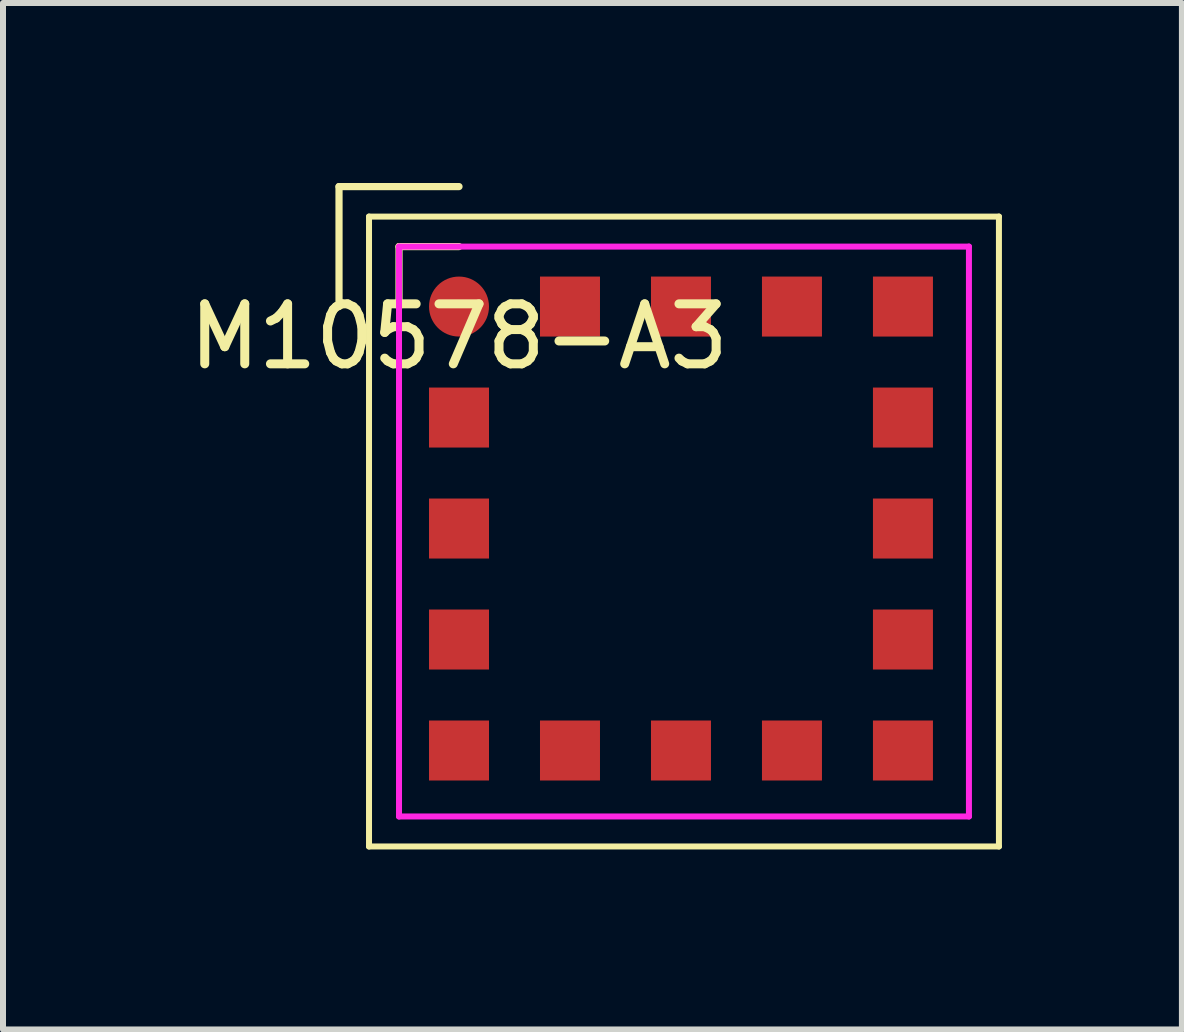
<source format=kicad_pcb>
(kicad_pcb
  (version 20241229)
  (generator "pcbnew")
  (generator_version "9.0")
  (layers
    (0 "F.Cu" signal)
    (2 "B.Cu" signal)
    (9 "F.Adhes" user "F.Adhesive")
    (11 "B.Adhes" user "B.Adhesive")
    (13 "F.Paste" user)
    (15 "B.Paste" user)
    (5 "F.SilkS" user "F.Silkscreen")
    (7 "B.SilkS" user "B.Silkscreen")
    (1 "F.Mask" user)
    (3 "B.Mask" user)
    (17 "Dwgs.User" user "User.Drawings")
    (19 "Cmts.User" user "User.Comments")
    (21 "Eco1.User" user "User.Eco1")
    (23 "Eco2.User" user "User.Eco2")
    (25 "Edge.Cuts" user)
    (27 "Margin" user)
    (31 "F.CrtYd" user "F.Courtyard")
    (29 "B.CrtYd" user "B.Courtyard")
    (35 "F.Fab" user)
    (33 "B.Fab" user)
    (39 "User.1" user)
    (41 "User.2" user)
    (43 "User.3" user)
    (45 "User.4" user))
  (footprint "M10578-A3"
    (layer "F.Cu")
    (at 4.601 2.06)
    (property "Reference" "M10578-A3" (at 0 0.5 0) (layer "F.SilkS") (effects (font (size 1 1) (thickness 0.15))))
    (attr through_hole)
    (fp_line (start -2 -2) (end -2 0) (stroke (width 0.12) (type solid)) (layer "F.SilkS"))
    (fp_line (start -1.5 -1.5) (end 9 -1.5) (stroke (width 0.1) (type solid)) (layer "F.SilkS"))
    (fp_line (start -1.5 9) (end -1.5 -1.5) (stroke (width 0.1) (type solid)) (layer "F.SilkS"))
    (fp_line (start -1 -1) (end 0 -1) (stroke (width 0.12) (type solid)) (layer "F.SilkS"))
    (fp_line (start -1 0) (end -1 -1) (stroke (width 0.12) (type solid)) (layer "F.SilkS"))
    (fp_line (start 0 -2) (end -2 -2) (stroke (width 0.12) (type solid)) (layer "F.SilkS"))
    (fp_line (start 9 -1.5) (end 9 9) (stroke (width 0.1) (type solid)) (layer "F.SilkS"))
    (fp_line (start 9 9) (end -1.5 9) (stroke (width 0.1) (type solid)) (layer "F.SilkS"))
    (fp_line (start -1 -1) (end 8.5 -1) (stroke (width 0.1) (type solid)) (layer "F.CrtYd"))
    (fp_line (start -1 8.5) (end -1 -1) (stroke (width 0.1) (type solid)) (layer "F.CrtYd"))
    (fp_line (start 8.5 -1) (end 8.5 8.5) (stroke (width 0.1) (type solid)) (layer "F.CrtYd"))
    (fp_line (start 8.5 8.5) (end -1 8.5) (stroke (width 0.1) (type solid)) (layer "F.CrtYd"))
    (pad "1" smd circle (at 0 0) (size 1 1) (layers "F.Cu" "F.Mask" "F.Paste"))
    (pad "2" smd rect (at 1.85 0) (size 1 1) (layers "F.Cu" "F.Mask" "F.Paste"))
    (pad "3" smd rect (at 3.7 0) (size 1 1) (layers "F.Cu" "F.Mask" "F.Paste"))
    (pad "4" smd rect (at 5.55 0) (size 1 1) (layers "F.Cu" "F.Mask" "F.Paste"))
    (pad "5" smd rect (at 7.4 0) (size 1 1) (layers "F.Cu" "F.Mask" "F.Paste"))
    (pad "6" smd rect (at 7.4 1.85) (size 1 1) (layers "F.Cu" "F.Mask" "F.Paste"))
    (pad "7" smd rect (at 7.4 3.7) (size 1 1) (layers "F.Cu" "F.Mask" "F.Paste"))
    (pad "8" smd rect (at 7.4 5.55) (size 1 1) (layers "F.Cu" "F.Mask" "F.Paste"))
    (pad "9" smd rect (at 7.4 7.4) (size 1 1) (layers "F.Cu" "F.Mask" "F.Paste"))
    (pad "10" smd rect (at 5.55 7.4) (size 1 1) (layers "F.Cu" "F.Mask" "F.Paste"))
    (pad "11" smd rect (at 3.7 7.4) (size 1 1) (layers "F.Cu" "F.Mask" "F.Paste"))
    (pad "12" smd rect (at 1.85 7.4) (size 1 1) (layers "F.Cu" "F.Mask" "F.Paste"))
    (pad "13" smd rect (at 0 7.4) (size 1 1) (layers "F.Cu" "F.Mask" "F.Paste"))
    (pad "14" smd rect (at 0 5.55) (size 1 1) (layers "F.Cu" "F.Mask" "F.Paste"))
    (pad "15" smd rect (at 0 3.7) (size 1 1) (layers "F.Cu" "F.Mask" "F.Paste"))
    (pad "16" smd rect (at 0 1.85) (size 1 1) (layers "F.Cu" "F.Mask" "F.Paste")))
  (gr_rect
    (start -3 -3)
    (end 16.651 14.11)
    (stroke (width 0.1) (type default))
    (fill no)
    (layer "Edge.Cuts")))
</source>
